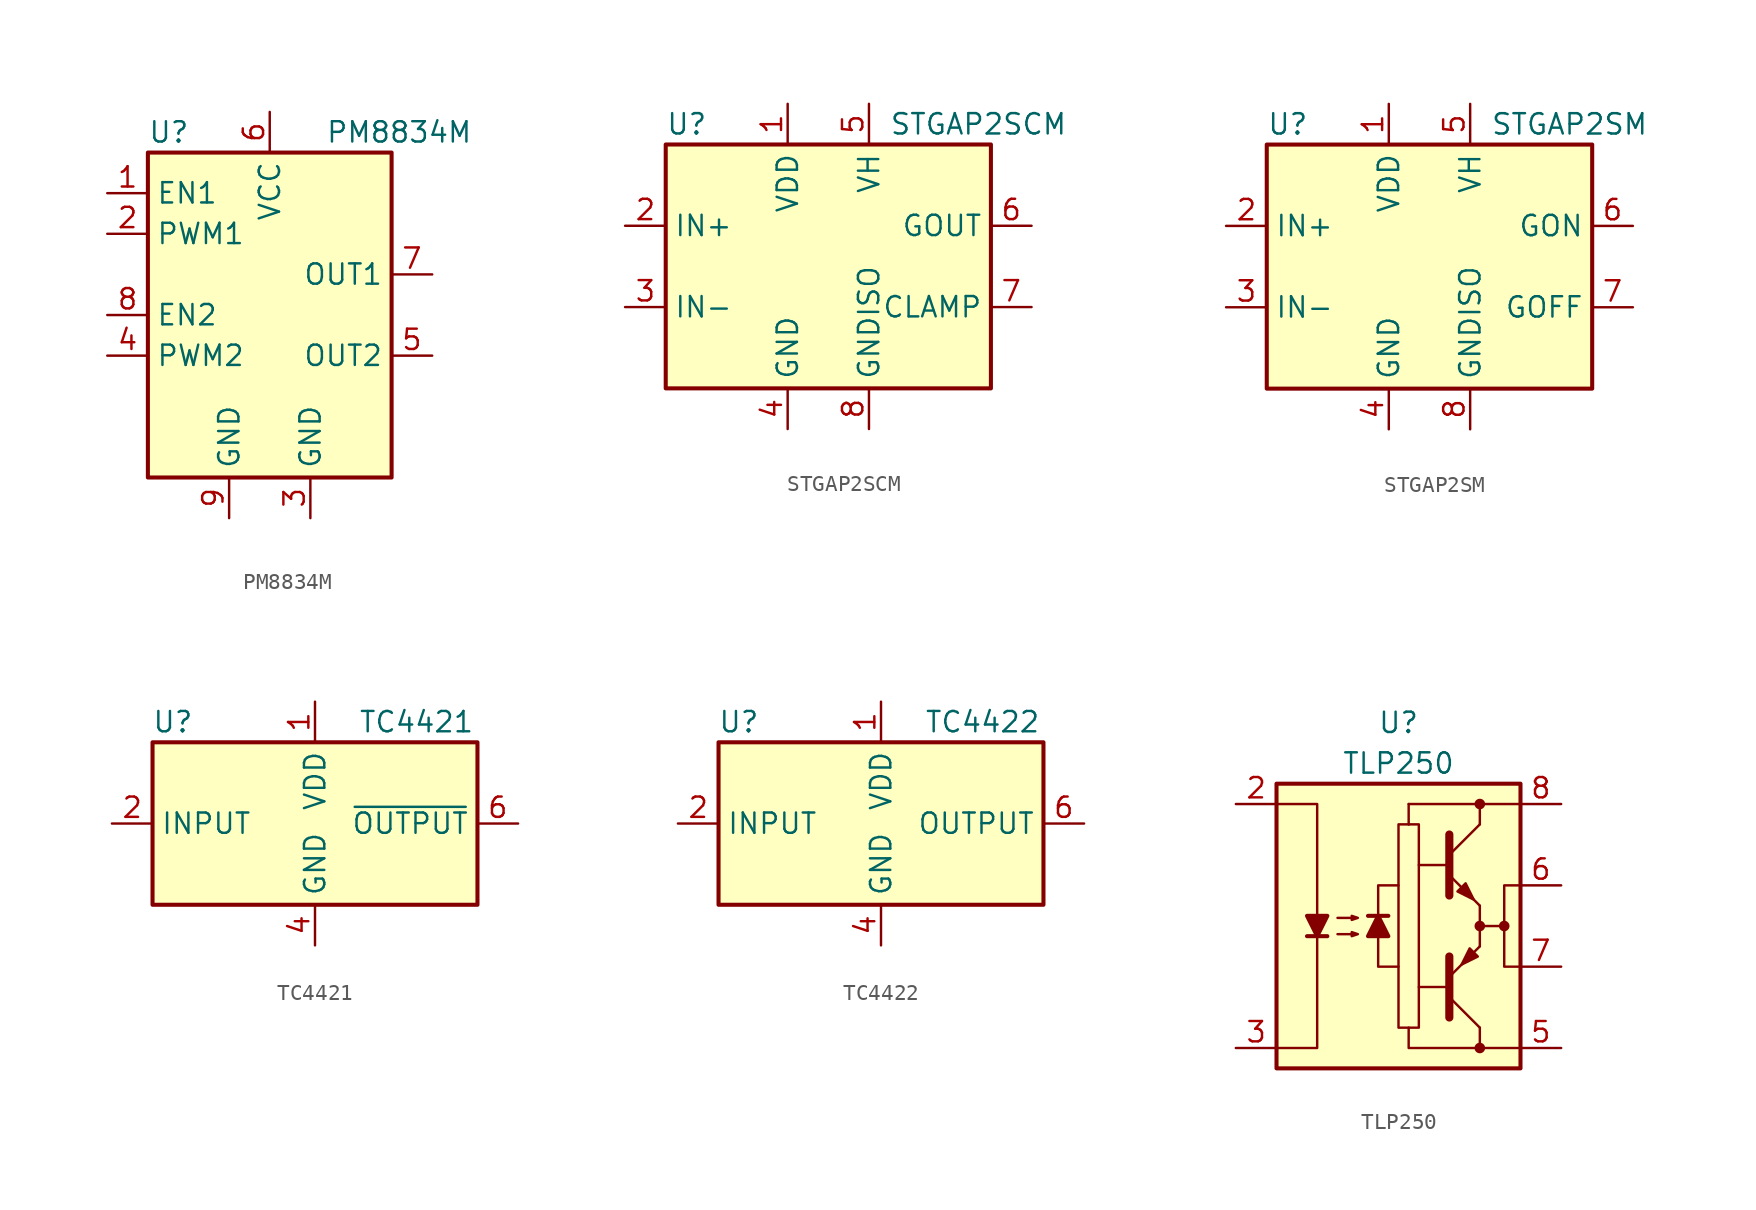
<source format=kicad_sym>
(kicad_symbol_lib
  (version 20211014)
  (generator kicad_symbol_editor)
  (symbol "PM8834M"
    (property "Reference" "U"
      (at -7.62 11.43 0)
      (effects (font (size 1.27 1.27)) (justify left)))
    (property "Value" "PM8834M"
      (at 12.7 11.43 0)
      (effects (font (size 1.27 1.27)) (justify right)))
    (symbol "PM8834M_0_1"
      (rectangle (start -7.62 -10.16) (end 7.62 10.16) (stroke (width 0.254) (type default) (color 0 0 0 0)) (fill (type background))))
    (symbol "PM8834M_1_1"
      (pin input line (at -10.16 7.62 0) (length 2.54) (name "EN1" (effects (font (size 1.27 1.27)))) (number "1" (effects (font (size 1.27 1.27)))))
      (pin input line (at -10.16 5.08 0) (length 2.54) (name "PWM1" (effects (font (size 1.27 1.27)))) (number "2" (effects (font (size 1.27 1.27)))))
      (pin power_in line (at 2.54 -12.7 90) (length 2.54) (name "GND" (effects (font (size 1.27 1.27)))) (number "3" (effects (font (size 1.27 1.27)))))
      (pin input line (at -10.16 -2.54 0) (length 2.54) (name "PWM2" (effects (font (size 1.27 1.27)))) (number "4" (effects (font (size 1.27 1.27)))))
      (pin output line (at 10.16 -2.54 180) (length 2.54) (name "OUT2" (effects (font (size 1.27 1.27)))) (number "5" (effects (font (size 1.27 1.27)))))
      (pin power_in line (at 0 12.7 270) (length 2.54) (name "VCC" (effects (font (size 1.27 1.27)))) (number "6" (effects (font (size 1.27 1.27)))))
      (pin output line (at 10.16 2.54 180) (length 2.54) (name "OUT1" (effects (font (size 1.27 1.27)))) (number "7" (effects (font (size 1.27 1.27)))))
      (pin input line (at -10.16 0 0) (length 2.54) (name "EN2" (effects (font (size 1.27 1.27)))) (number "8" (effects (font (size 1.27 1.27)))))
      (pin power_in line (at -2.54 -12.7 90) (length 2.54) (name "GND" (effects (font (size 1.27 1.27)))) (number "9" (effects (font (size 1.27 1.27)))))))
  (symbol "STGAP2SCM"
    (property "Reference" "U"
      (at -10.16 8.89 0)
      (effects (font (size 1.27 1.27)) (justify left)))
    (property "Value" "STGAP2SCM"
      (at 3.81 8.89 0)
      (effects (font (size 1.27 1.27)) (justify left)))
    (symbol "STGAP2SCM_0_1"
      (rectangle (start -10.16 -7.62) (end 10.16 7.62) (stroke (width 0.254) (type default) (color 0 0 0 0)) (fill (type background))))
    (symbol "STGAP2SCM_1_1"
      (pin power_in line (at -2.54 10.16 270) (length 2.54) (name "VDD" (effects (font (size 1.27 1.27)))) (number "1" (effects (font (size 1.27 1.27)))))
      (pin input line (at -12.7 2.54 0) (length 2.54) (name "IN+" (effects (font (size 1.27 1.27)))) (number "2" (effects (font (size 1.27 1.27)))))
      (pin input line (at -12.7 -2.54 0) (length 2.54) (name "IN-" (effects (font (size 1.27 1.27)))) (number "3" (effects (font (size 1.27 1.27)))))
      (pin power_in line (at -2.54 -10.16 90) (length 2.54) (name "GND" (effects (font (size 1.27 1.27)))) (number "4" (effects (font (size 1.27 1.27)))))
      (pin power_in line (at 2.54 10.16 270) (length 2.54) (name "VH" (effects (font (size 1.27 1.27)))) (number "5" (effects (font (size 1.27 1.27)))))
      (pin output line (at 12.7 2.54 180) (length 2.54) (name "GOUT" (effects (font (size 1.27 1.27)))) (number "6" (effects (font (size 1.27 1.27)))))
      (pin output line (at 12.7 -2.54 180) (length 2.54) (name "CLAMP" (effects (font (size 1.27 1.27)))) (number "7" (effects (font (size 1.27 1.27)))))
      (pin power_in line (at 2.54 -10.16 90) (length 2.54) (name "GNDISO" (effects (font (size 1.27 1.27)))) (number "8" (effects (font (size 1.27 1.27)))))))
  (symbol "STGAP2SM"
    (property "Reference" "U"
      (at -10.16 8.89 0)
      (effects (font (size 1.27 1.27)) (justify left)))
    (property "Value" "STGAP2SM"
      (at 3.81 8.89 0)
      (effects (font (size 1.27 1.27)) (justify left)))
    (symbol "STGAP2SM_0_1"
      (rectangle (start -10.16 -7.62) (end 10.16 7.62) (stroke (width 0.254) (type default) (color 0 0 0 0)) (fill (type background))))
    (symbol "STGAP2SM_1_1"
      (pin power_in line (at -2.54 10.16 270) (length 2.54) (name "VDD" (effects (font (size 1.27 1.27)))) (number "1" (effects (font (size 1.27 1.27)))))
      (pin input line (at -12.7 2.54 0) (length 2.54) (name "IN+" (effects (font (size 1.27 1.27)))) (number "2" (effects (font (size 1.27 1.27)))))
      (pin input line (at -12.7 -2.54 0) (length 2.54) (name "IN-" (effects (font (size 1.27 1.27)))) (number "3" (effects (font (size 1.27 1.27)))))
      (pin power_in line (at -2.54 -10.16 90) (length 2.54) (name "GND" (effects (font (size 1.27 1.27)))) (number "4" (effects (font (size 1.27 1.27)))))
      (pin power_in line (at 2.54 10.16 270) (length 2.54) (name "VH" (effects (font (size 1.27 1.27)))) (number "5" (effects (font (size 1.27 1.27)))))
      (pin output line (at 12.7 2.54 180) (length 2.54) (name "GON" (effects (font (size 1.27 1.27)))) (number "6" (effects (font (size 1.27 1.27)))))
      (pin output line (at 12.7 -2.54 180) (length 2.54) (name "GOFF" (effects (font (size 1.27 1.27)))) (number "7" (effects (font (size 1.27 1.27)))))
      (pin power_in line (at 2.54 -10.16 90) (length 2.54) (name "GNDISO" (effects (font (size 1.27 1.27)))) (number "8" (effects (font (size 1.27 1.27)))))))
  (symbol "TC4421"
    (property "Reference" "U"
      (at -8.89 6.35 0)
      (effects (font (size 1.27 1.27))))
    (property "Value" "TC4421"
      (at 6.35 6.35 0)
      (effects (font (size 1.27 1.27))))
    (symbol "TC4421_0_1"
      (rectangle (start -10.16 5.08) (end 10.16 -5.08) (stroke (width 0.254) (type default) (color 0 0 0 0)) (fill (type background))))
    (symbol "TC4421_1_1"
      (pin power_in line (at 0 7.62 270) (length 2.54) (name "VDD" (effects (font (size 1.27 1.27)))) (number "1" (effects (font (size 1.27 1.27)))))
      (pin input line (at -12.7 0 0) (length 2.54) (name "INPUT" (effects (font (size 1.27 1.27)))) (number "2" (effects (font (size 1.27 1.27)))))
      (pin no_connect line (at -5.08 -5.08 90) (length 2.54) hide (name "NC" (effects (font (size 1.27 1.27)))) (number "3" (effects (font (size 1.27 1.27)))))
      (pin power_in line (at 0 -7.62 90) (length 2.54) (name "GND" (effects (font (size 1.27 1.27)))) (number "4" (effects (font (size 1.27 1.27)))))
      (pin passive line (at 0 -7.62 90) (length 2.54) hide (name "GND" (effects (font (size 1.27 1.27)))) (number "5" (effects (font (size 1.27 1.27)))))
      (pin output line (at 12.7 0 180) (length 2.54) (name "~{OUTPUT}" (effects (font (size 1.27 1.27)))) (number "6" (effects (font (size 1.27 1.27)))))
      (pin passive line (at 12.7 0 180) (length 2.54) hide (name "~{OUTPUT}" (effects (font (size 1.27 1.27)))) (number "7" (effects (font (size 1.27 1.27)))))
      (pin passive line (at 0 7.62 270) (length 2.54) hide (name "VDD" (effects (font (size 1.27 1.27)))) (number "8" (effects (font (size 1.27 1.27)))))))
  (symbol "TC4422"
    (property "Reference" "U"
      (at -8.89 6.35 0)
      (effects (font (size 1.27 1.27))))
    (property "Value" "TC4422"
      (at 6.35 6.35 0)
      (effects (font (size 1.27 1.27))))
    (symbol "TC4422_0_1"
      (rectangle (start -10.16 5.08) (end 10.16 -5.08) (stroke (width 0.254) (type default) (color 0 0 0 0)) (fill (type background))))
    (symbol "TC4422_1_1"
      (pin power_in line (at 0 7.62 270) (length 2.54) (name "VDD" (effects (font (size 1.27 1.27)))) (number "1" (effects (font (size 1.27 1.27)))))
      (pin input line (at -12.7 0 0) (length 2.54) (name "INPUT" (effects (font (size 1.27 1.27)))) (number "2" (effects (font (size 1.27 1.27)))))
      (pin no_connect line (at -5.08 -5.08 90) (length 2.54) hide (name "NC" (effects (font (size 1.27 1.27)))) (number "3" (effects (font (size 1.27 1.27)))))
      (pin power_in line (at 0 -7.62 90) (length 2.54) (name "GND" (effects (font (size 1.27 1.27)))) (number "4" (effects (font (size 1.27 1.27)))))
      (pin passive line (at 0 -7.62 90) (length 2.54) hide (name "GND" (effects (font (size 1.27 1.27)))) (number "5" (effects (font (size 1.27 1.27)))))
      (pin output line (at 12.7 0 180) (length 2.54) (name "OUTPUT" (effects (font (size 1.27 1.27)))) (number "6" (effects (font (size 1.27 1.27)))))
      (pin passive line (at 12.7 0 180) (length 2.54) hide (name "OUTPUT" (effects (font (size 1.27 1.27)))) (number "7" (effects (font (size 1.27 1.27)))))
      (pin passive line (at 0 7.62 270) (length 2.54) hide (name "VDD" (effects (font (size 1.27 1.27)))) (number "8" (effects (font (size 1.27 1.27)))))))
  (symbol "TLP250"
    (pin_names hide)
    (property "Reference" "U"
      (at 0 12.7 0)
      (effects (font (size 1.27 1.27))))
    (property "Value" "TLP250"
      (at 0 10.16 0)
      (effects (font (size 1.27 1.27))))
    (symbol "TLP250_0_1"
      (rectangle (start -7.62 8.89) (end 7.62 -8.89) (stroke (width 0.254) (type default) (color 0 0 0 0)) (fill (type background)))
      (polyline (pts (xy -5.715 -0.635) (xy -4.445 -0.635)) (stroke (width 0.254) (type default) (color 0 0 0 0)) (fill (type none)))
      (polyline (pts (xy -0.635 0.635) (xy -1.905 0.635)) (stroke (width 0.254) (type default) (color 0 0 0 0)) (fill (type none)))
      (polyline (pts (xy 3.048 -3.81) (xy 1.27 -3.81)) (stroke (width 0) (type default) (color 0 0 0 0)) (fill (type none)))
      (polyline (pts (xy 3.048 3.81) (xy 1.27 3.81)) (stroke (width 0) (type default) (color 0 0 0 0)) (fill (type none)))
      (polyline (pts (xy 3.175 -4.445) (xy 5.08 -6.35)) (stroke (width 0) (type default) (color 0 0 0 0)) (fill (type none)))
      (polyline (pts (xy 3.175 4.445) (xy 5.08 6.35)) (stroke (width 0) (type default) (color 0 0 0 0)) (fill (type none)))
      (polyline (pts (xy 5.08 -6.35) (xy 5.08 -7.62)) (stroke (width 0) (type default) (color 0 0 0 0)) (fill (type none)))
      (polyline (pts (xy 5.08 -1.27) (xy 3.175 -3.175)) (stroke (width 0) (type default) (color 0 0 0 0)) (fill (type outline)))
      (polyline (pts (xy 5.08 0) (xy 6.604 0)) (stroke (width 0) (type default) (color 0 0 0 0)) (fill (type none)))
      (polyline (pts (xy 5.08 1.27) (xy 3.175 3.175)) (stroke (width 0) (type default) (color 0 0 0 0)) (fill (type outline)))
      (polyline (pts (xy 5.08 6.35) (xy 5.08 7.62)) (stroke (width 0) (type default) (color 0 0 0 0)) (fill (type none)))
      (polyline (pts (xy 7.62 7.62) (xy 0.635 7.62)) (stroke (width 0) (type default) (color 0 0 0 0)) (fill (type none)))
      (polyline (pts (xy -1.27 -0.635) (xy -1.27 -2.54) (xy 0 -2.54)) (stroke (width 0) (type default) (color 0 0 0 0)) (fill (type none)))
      (polyline (pts (xy -1.27 0.635) (xy -1.27 2.54) (xy 0 2.54)) (stroke (width 0) (type default) (color 0 0 0 0)) (fill (type none)))
      (polyline (pts (xy 0.635 -6.35) (xy 0.635 -7.62) (xy 7.62 -7.62)) (stroke (width 0) (type default) (color 0 0 0 0)) (fill (type none)))
      (polyline (pts (xy 3.175 -5.715) (xy 3.175 -1.905) (xy 3.175 -1.905)) (stroke (width 0.508) (type default) (color 0 0 0 0)) (fill (type none)))
      (polyline (pts (xy 3.175 5.715) (xy 3.175 1.905) (xy 3.175 1.905)) (stroke (width 0.508) (type default) (color 0 0 0 0)) (fill (type none)))
      (polyline (pts (xy -7.62 7.62) (xy -5.08 7.62) (xy -5.08 -7.62) (xy -7.62 -7.62)) (stroke (width 0) (type default) (color 0 0 0 0)) (fill (type none)))
      (polyline (pts (xy -5.08 -0.635) (xy -5.715 0.635) (xy -4.445 0.635) (xy -5.08 -0.635)) (stroke (width 0.254) (type default) (color 0 0 0 0)) (fill (type outline)))
      (polyline (pts (xy -1.27 0.635) (xy -0.635 -0.635) (xy -1.905 -0.635) (xy -1.27 0.635)) (stroke (width 0.254) (type default) (color 0 0 0 0)) (fill (type outline)))
      (polyline (pts (xy 7.62 2.54) (xy 6.604 2.54) (xy 6.604 -2.54) (xy 7.62 -2.54)) (stroke (width 0) (type default) (color 0 0 0 0)) (fill (type none)))
      (polyline (pts (xy -3.81 -0.508) (xy -2.54 -0.508) (xy -2.921 -0.635) (xy -2.921 -0.381) (xy -2.54 -0.508)) (stroke (width 0) (type default) (color 0 0 0 0)) (fill (type none)))
      (polyline (pts (xy -3.81 0.508) (xy -2.54 0.508) (xy -2.921 0.381) (xy -2.921 0.635) (xy -2.54 0.508)) (stroke (width 0) (type default) (color 0 0 0 0)) (fill (type none)))
      (polyline (pts (xy 1.27 6.35) (xy 1.27 -6.35) (xy 0 -6.35) (xy 0 6.35) (xy 1.27 6.35)) (stroke (width 0) (type default) (color 0 0 0 0)) (fill (type none)))
      (polyline (pts (xy 3.683 2.159) (xy 4.191 2.667) (xy 4.699 1.651) (xy 3.683 2.159) (xy 3.683 2.159)) (stroke (width 0) (type default) (color 0 0 0 0)) (fill (type outline)))
      (polyline (pts (xy 4.953 -1.905) (xy 4.445 -1.397) (xy 3.937 -2.413) (xy 4.953 -1.905) (xy 4.953 -1.905)) (stroke (width 0) (type default) (color 0 0 0 0)) (fill (type outline)))
      (rectangle (start 0.635 6.35) (end 0.635 6.35) (stroke (width 0) (type default) (color 0 0 0 0)) (fill (type none)))
      (rectangle (start 0.635 6.35) (end 0.635 7.62) (stroke (width 0) (type default) (color 0 0 0 0)) (fill (type none)))
      (circle (center 5.08 -7.62) (radius 0.254) (stroke (width 0) (type default) (color 0 0 0 0)) (fill (type outline)))
      (circle (center 5.08 0) (radius 0.254) (stroke (width 0) (type default) (color 0 0 0 0)) (fill (type outline)))
      (rectangle (start 5.08 1.27) (end 5.08 -1.27) (stroke (width 0) (type default) (color 0 0 0 0)) (fill (type none)))
      (circle (center 5.08 7.62) (radius 0.254) (stroke (width 0) (type default) (color 0 0 0 0)) (fill (type outline)))
      (circle (center 6.604 0) (radius 0.254) (stroke (width 0) (type default) (color 0 0 0 0)) (fill (type outline))))
    (symbol "TLP250_1_1"
      (pin no_connect line (at -7.62 2.54 0) (length 2.54) hide (name "NC" (effects (font (size 1.27 1.27)))) (number "1" (effects (font (size 1.27 1.27)))))
      (pin passive line (at -10.16 7.62 0) (length 2.54) (name "A" (effects (font (size 1.27 1.27)))) (number "2" (effects (font (size 1.27 1.27)))))
      (pin passive line (at -10.16 -7.62 0) (length 2.54) (name "C" (effects (font (size 1.27 1.27)))) (number "3" (effects (font (size 1.27 1.27)))))
      (pin no_connect line (at -7.62 -2.54 0) (length 2.54) hide (name "NC" (effects (font (size 1.27 1.27)))) (number "4" (effects (font (size 1.27 1.27)))))
      (pin power_in line (at 10.16 -7.62 180) (length 2.54) (name "VEE" (effects (font (size 1.27 1.27)))) (number "5" (effects (font (size 1.27 1.27)))))
      (pin output line (at 10.16 2.54 180) (length 2.54) (name "VO" (effects (font (size 1.27 1.27)))) (number "6" (effects (font (size 1.27 1.27)))))
      (pin output line (at 10.16 -2.54 180) (length 2.54) (name "VO" (effects (font (size 1.27 1.27)))) (number "7" (effects (font (size 1.27 1.27)))))
      (pin power_in line (at 10.16 7.62 180) (length 2.54) (name "VCC" (effects (font (size 1.27 1.27)))) (number "8" (effects (font (size 1.27 1.27))))))))
</source>
